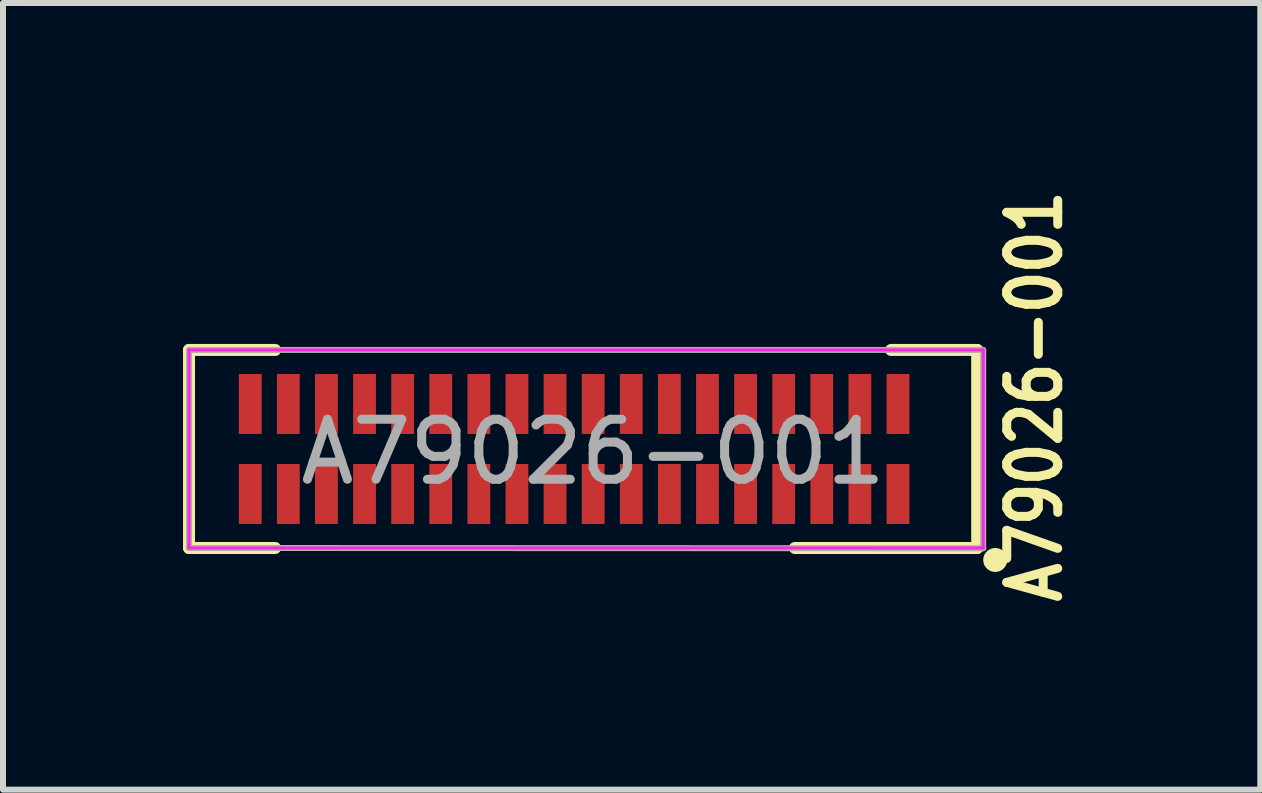
<source format=kicad_pcb>
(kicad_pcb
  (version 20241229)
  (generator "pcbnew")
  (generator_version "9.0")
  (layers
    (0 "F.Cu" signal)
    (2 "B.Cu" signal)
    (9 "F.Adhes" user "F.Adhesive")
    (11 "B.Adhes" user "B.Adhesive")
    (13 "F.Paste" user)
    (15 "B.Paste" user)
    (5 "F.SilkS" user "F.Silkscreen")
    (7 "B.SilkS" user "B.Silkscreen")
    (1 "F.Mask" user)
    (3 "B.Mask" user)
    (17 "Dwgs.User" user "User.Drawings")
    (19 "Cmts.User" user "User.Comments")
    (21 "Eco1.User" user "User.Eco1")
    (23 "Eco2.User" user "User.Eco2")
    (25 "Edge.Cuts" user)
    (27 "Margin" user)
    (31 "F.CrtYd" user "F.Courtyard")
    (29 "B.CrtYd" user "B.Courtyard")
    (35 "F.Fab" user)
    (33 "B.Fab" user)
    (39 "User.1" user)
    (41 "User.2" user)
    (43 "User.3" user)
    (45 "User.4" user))
  (footprint "A79026-001"
    (layer "F.Cu")
    (at 6.835 4.482)
    (property "Reference" "A79026-001" (at 7.357 -0.927 270) (layer "F.SilkS") (effects (font (size 0.85 0.7) (thickness 0.15))))
    (attr smd)
    (fp_line (start -6.735 -1.7) (end -6.735 1.6) (stroke (width 0.2) (type solid)) (layer "F.SilkS"))
    (fp_line (start -6.735 -1.7) (end -5.3 -1.7) (stroke (width 0.2) (type solid)) (layer "F.SilkS"))
    (fp_line (start -5.3 1.6) (end -6.735 1.6) (stroke (width 0.2) (type solid)) (layer "F.SilkS"))
    (fp_line (start 4.965 -1.7) (end 6.4 -1.7) (stroke (width 0.2) (type solid)) (layer "F.SilkS"))
    (fp_line (start 6.4 -1.7) (end 6.4 1.6) (stroke (width 0.2) (type solid)) (layer "F.SilkS"))
    (fp_line (start 6.4 1.6) (end 3.362 1.6) (stroke (width 0.2) (type solid)) (layer "F.SilkS"))
    (fp_circle (center 6.7 1.8) (end 6.7 1.8) (stroke (width 0.2) (type solid)) (fill no) (layer "F.SilkS"))
    (fp_line (start -6.735 -1.7) (end -6.735 1.6) (stroke (width 0.05) (type solid)) (layer "F.CrtYd"))
    (fp_line (start -6.735 1.6) (end 6.5 1.6) (stroke (width 0.05) (type solid)) (layer "F.CrtYd"))
    (fp_line (start 6.5 -1.7) (end -6.735 -1.7) (stroke (width 0.05) (type solid)) (layer "F.CrtYd"))
    (fp_line (start 6.5 1.6) (end 6.5 -1.7) (stroke (width 0.05) (type solid)) (layer "F.CrtYd"))
    (fp_line (start -6.735 -1.7) (end -6.735 1.6) (stroke (width 0.1) (type solid)) (layer "F.Fab"))
    (fp_line (start -6.735 1.6) (end 6.5 1.605) (stroke (width 0.1) (type solid)) (layer "F.Fab"))
    (fp_line (start 6.5 -1.7) (end -6.735 -1.7) (stroke (width 0.1) (type solid)) (layer "F.Fab"))
    (fp_line (start 6.5 1.605) (end 6.5 -1.7) (stroke (width 0.1) (type solid)) (layer "F.Fab"))
    (fp_text user "${REFERENCE}" (at 0 0 0) (unlocked yes) (layer "F.Fab") (effects (font (size 1 1) (thickness 0.15))))
    (pad "1" smd rect (at 5.08 0.7) (size 0.38 1) (layers "F.Cu" "F.Mask" "F.Paste"))
    (pad "2" smd rect (at 5.08 -0.8) (size 0.38 1) (layers "F.Cu" "F.Mask" "F.Paste"))
    (pad "3" smd rect (at 4.445 0.7) (size 0.38 1) (layers "F.Cu" "F.Mask" "F.Paste"))
    (pad "4" smd rect (at 4.445 -0.8) (size 0.38 1) (layers "F.Cu" "F.Mask" "F.Paste"))
    (pad "5" smd rect (at 3.81 0.7) (size 0.38 1) (layers "F.Cu" "F.Mask" "F.Paste"))
    (pad "6" smd rect (at 3.81 -0.8) (size 0.38 1) (layers "F.Cu" "F.Mask" "F.Paste"))
    (pad "7" smd rect (at 3.175 0.7) (size 0.38 1) (layers "F.Cu" "F.Mask" "F.Paste"))
    (pad "8" smd rect (at 3.175 -0.8) (size 0.38 1) (layers "F.Cu" "F.Mask" "F.Paste"))
    (pad "9" smd rect (at 2.54 0.7) (size 0.38 1) (layers "F.Cu" "F.Mask" "F.Paste"))
    (pad "10" smd rect (at 2.54 -0.8) (size 0.38 1) (layers "F.Cu" "F.Mask" "F.Paste"))
    (pad "11" smd rect (at 1.905 0.7) (size 0.38 1) (layers "F.Cu" "F.Mask" "F.Paste"))
    (pad "12" smd rect (at 1.905 -0.8) (size 0.38 1) (layers "F.Cu" "F.Mask" "F.Paste"))
    (pad "13" smd rect (at 1.27 0.7) (size 0.38 1) (layers "F.Cu" "F.Mask" "F.Paste"))
    (pad "14" smd rect (at 1.27 -0.8) (size 0.38 1) (layers "F.Cu" "F.Mask" "F.Paste"))
    (pad "15" smd rect (at 0.635 0.7) (size 0.38 1) (layers "F.Cu" "F.Mask" "F.Paste"))
    (pad "16" smd rect (at 0.635 -0.8) (size 0.38 1) (layers "F.Cu" "F.Mask" "F.Paste"))
    (pad "17" smd rect (at 0 0.7) (size 0.38 1) (layers "F.Cu" "F.Mask" "F.Paste"))
    (pad "18" smd rect (at 0 -0.8) (size 0.38 1) (layers "F.Cu" "F.Mask" "F.Paste"))
    (pad "19" smd rect (at -0.635 0.7) (size 0.38 1) (layers "F.Cu" "F.Mask" "F.Paste"))
    (pad "20" smd rect (at -0.635 -0.8) (size 0.38 1) (layers "F.Cu" "F.Mask" "F.Paste"))
    (pad "21" smd rect (at -1.27 0.7) (size 0.38 1) (layers "F.Cu" "F.Mask" "F.Paste"))
    (pad "22" smd rect (at -1.27 -0.8) (size 0.38 1) (layers "F.Cu" "F.Mask" "F.Paste"))
    (pad "23" smd rect (at -1.905 0.7) (size 0.38 1) (layers "F.Cu" "F.Mask" "F.Paste"))
    (pad "24" smd rect (at -1.905 -0.8) (size 0.38 1) (layers "F.Cu" "F.Mask" "F.Paste"))
    (pad "25" smd rect (at -2.54 0.7) (size 0.38 1) (layers "F.Cu" "F.Mask" "F.Paste"))
    (pad "26" smd rect (at -2.54 -0.8) (size 0.38 1) (layers "F.Cu" "F.Mask" "F.Paste"))
    (pad "27" smd rect (at -3.175 0.7) (size 0.38 1) (layers "F.Cu" "F.Mask" "F.Paste"))
    (pad "28" smd rect (at -3.175 -0.8) (size 0.38 1) (layers "F.Cu" "F.Mask" "F.Paste"))
    (pad "29" smd rect (at -3.81 0.7) (size 0.38 1) (layers "F.Cu" "F.Mask" "F.Paste"))
    (pad "30" smd rect (at -3.81 -0.8) (size 0.38 1) (layers "F.Cu" "F.Mask" "F.Paste"))
    (pad "31" smd rect (at -4.445 0.7) (size 0.38 1) (layers "F.Cu" "F.Mask" "F.Paste"))
    (pad "32" smd rect (at -4.445 -0.8) (size 0.38 1) (layers "F.Cu" "F.Mask" "F.Paste"))
    (pad "33" smd rect (at -5.08 0.7) (size 0.38 1) (layers "F.Cu" "F.Mask" "F.Paste"))
    (pad "34" smd rect (at -5.08 -0.8) (size 0.38 1) (layers "F.Cu" "F.Mask" "F.Paste"))
    (pad "35" smd rect (at -5.715 0.7) (size 0.38 1) (layers "F.Cu" "F.Mask" "F.Paste"))
    (pad "36" smd rect (at -5.715 -0.8) (size 0.38 1) (layers "F.Cu" "F.Mask" "F.Paste")))
  (gr_rect
    (start -3 -3)
    (end 17.953 10.11)
    (stroke (width 0.1) (type default))
    (fill no)
    (layer "Edge.Cuts")))
</source>
